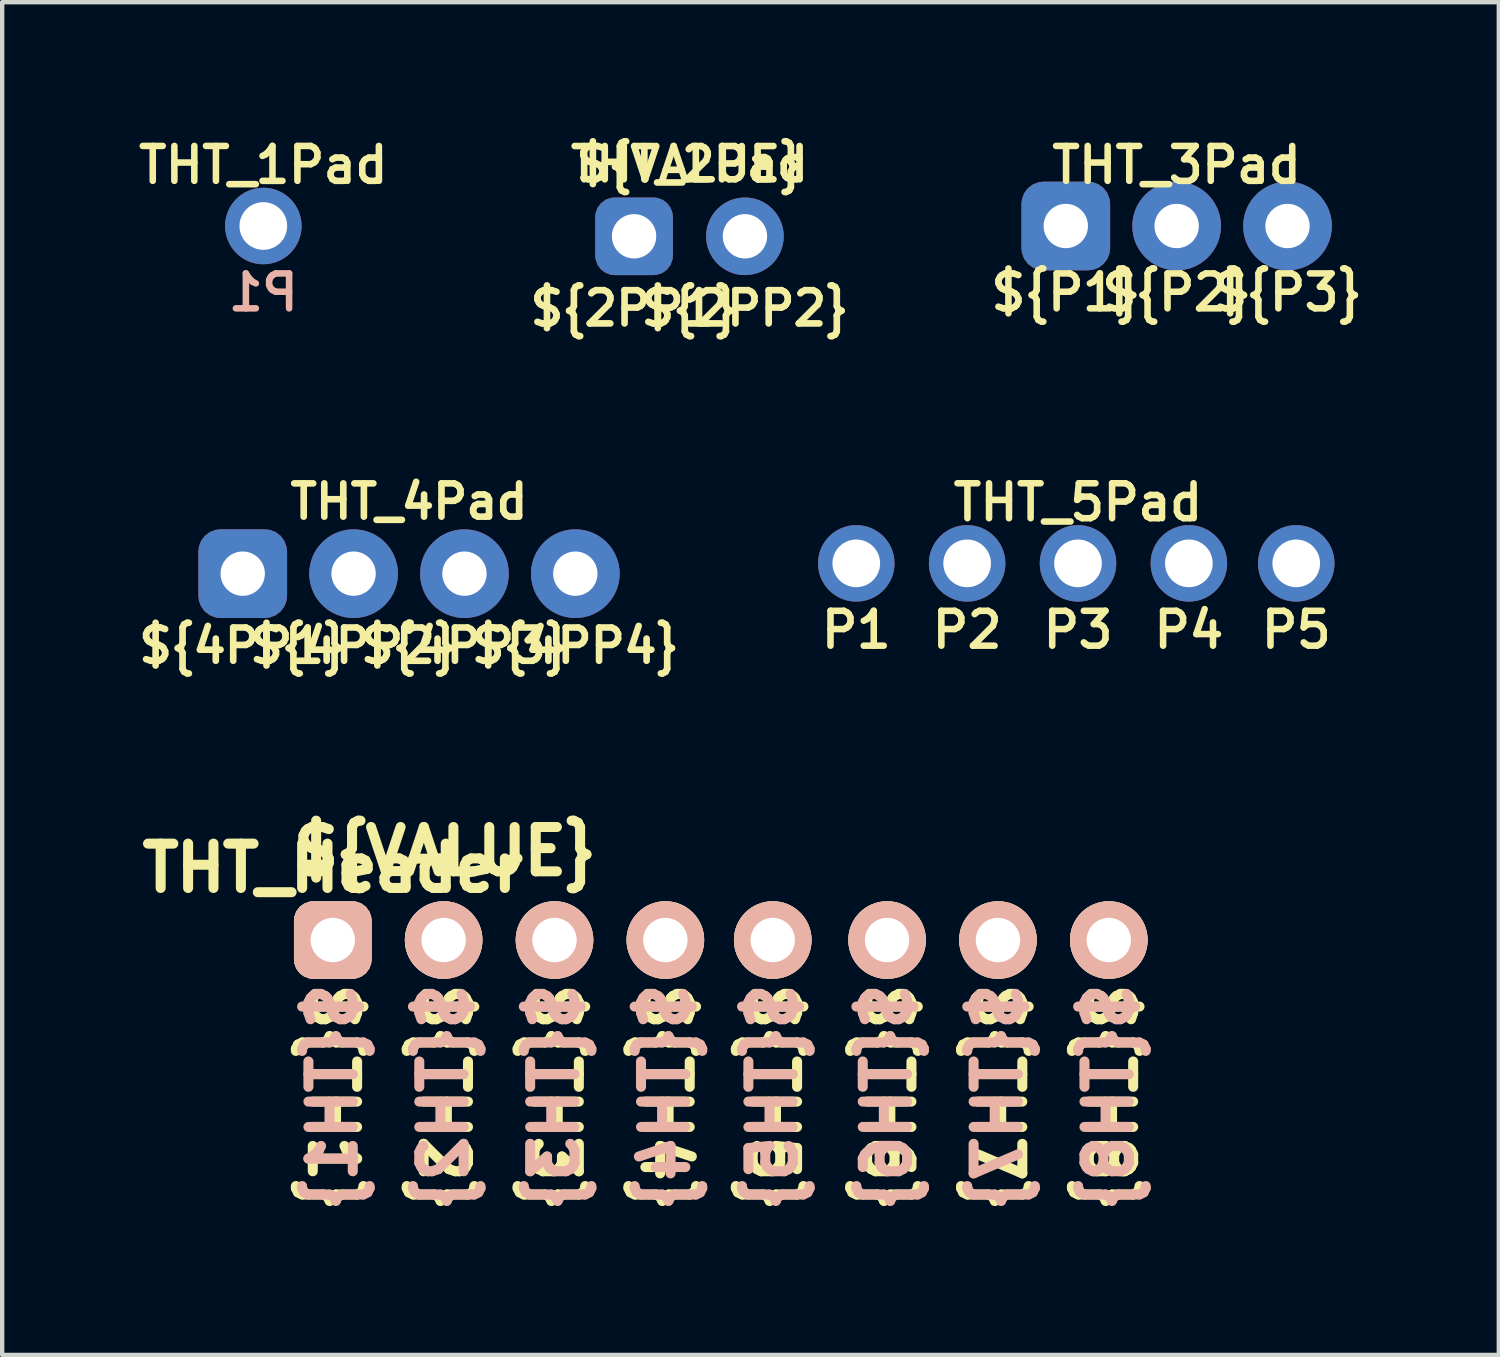
<source format=kicad_pcb>
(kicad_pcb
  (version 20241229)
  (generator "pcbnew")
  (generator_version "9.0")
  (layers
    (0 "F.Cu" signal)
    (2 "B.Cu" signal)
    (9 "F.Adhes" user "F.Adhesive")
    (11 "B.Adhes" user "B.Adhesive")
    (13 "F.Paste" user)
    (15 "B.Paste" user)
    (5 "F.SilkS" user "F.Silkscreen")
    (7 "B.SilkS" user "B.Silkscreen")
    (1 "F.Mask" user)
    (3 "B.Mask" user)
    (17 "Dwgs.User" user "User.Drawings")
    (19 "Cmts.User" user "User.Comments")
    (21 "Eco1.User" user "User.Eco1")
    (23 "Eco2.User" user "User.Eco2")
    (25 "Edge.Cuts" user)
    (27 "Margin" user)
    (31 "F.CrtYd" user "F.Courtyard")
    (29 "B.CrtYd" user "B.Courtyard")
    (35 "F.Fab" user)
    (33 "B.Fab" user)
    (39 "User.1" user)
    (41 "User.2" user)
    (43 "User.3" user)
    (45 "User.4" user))
  (footprint "THT_4Pad"
    (layer "F.Cu")
    (at 6.321 10.093)
    (property "Reference" "THT_4Pad" (at 0 -1.651 0) (layer "F.SilkS") (effects (font (size 0.762 0.762) (thickness 0.152))))
    (property "Value" "${VALUE}" (at 0 2.667 0) (layer "F.Fab") (hide yes) (effects (font (size 0.762 0.762) (thickness 0.152))))
    (attr through_hole)
    (fp_text user "${4PP2}" (at -1.27 1.651 0) (layer "F.SilkS") (effects (font (size 0.762 0.762) (thickness 0.152))))
    (fp_text user "${4PP3}" (at 1.27 1.651 0) (layer "F.SilkS") (effects (font (size 0.762 0.762) (thickness 0.152))))
    (fp_text user "${4PP1}" (at -3.81 1.651 0) (layer "F.SilkS") (effects (font (size 0.762 0.762) (thickness 0.152))))
    (fp_text user "${4PP4}" (at 3.81 1.651 0) (layer "F.SilkS") (effects (font (size 0.762 0.762) (thickness 0.152))))
    (pad "1" thru_hole roundrect (at -3.81 0) (size 2.032 2.032) (drill 1.016) (layers "*.Cu" "*.Mask") (roundrect_rratio 0.25))
    (pad "2" thru_hole circle (at -1.27 0) (size 2.032 2.032) (drill 1.016) (layers "*.Cu" "*.Mask"))
    (pad "3" thru_hole circle (at 1.27 0) (size 2.032 2.032) (drill 1.016) (layers "*.Cu" "*.Mask"))
    (pad "4" thru_hole circle (at 3.81 0) (size 2.032 2.032) (drill 1.016) (layers "*.Cu" "*.Mask")))
  (footprint "THT_1Pad"
    (layer "F.Cu")
    (at 2.983 2.128)
    (property "Reference" "THT_1Pad" (at 0 -1.397 0) (layer "F.SilkS") (effects (font (size 0.8 0.8) (thickness 0.15))))
    (attr through_hole)
    (fp_text user "P1" (at 0 1.524 0) (layer "B.SilkS") (effects (font (size 0.8 0.8) (thickness 0.15)) (justify mirror)))
    (pad "1" thru_hole circle (at 0 0) (size 1.753 1.753) (drill 1.092) (layers "*.Cu" "*.Mask")))
  (footprint "THT_5Pad"
    (layer "F.Cu")
    (at 21.648 9.857)
    (property "Reference" "THT_5Pad" (at 0 -1.397 0) (layer "F.SilkS") (effects (font (size 0.8 0.8) (thickness 0.15))))
    (property "Value" "${VALUE}" (at 0 2.667 0) (layer "F.Fab") (hide yes) (effects (font (size 0.8 0.8) (thickness 0.15))))
    (attr through_hole)
    (fp_text user "P1" (at -5.08 1.524 0) (layer "F.SilkS") (effects (font (size 0.8 0.8) (thickness 0.15))))
    (fp_text user "P3" (at 0 1.524 0) (layer "F.SilkS") (effects (font (size 0.8 0.8) (thickness 0.15))))
    (fp_text user "P5" (at 5 1.524 0) (layer "F.SilkS") (effects (font (size 0.8 0.8) (thickness 0.15))))
    (fp_text user "P4" (at 2.54 1.524 0) (layer "F.SilkS") (effects (font (size 0.8 0.8) (thickness 0.15))))
    (fp_text user "P2" (at -2.54 1.524 0) (layer "F.SilkS") (effects (font (size 0.8 0.8) (thickness 0.15))))
    (pad "1" thru_hole circle (at -5.08 0) (size 1.753 1.753) (drill 1.092) (layers "*.Cu" "*.Mask"))
    (pad "2" thru_hole circle (at -2.54 0) (size 1.753 1.753) (drill 1.092) (layers "*.Cu" "*.Mask"))
    (pad "3" thru_hole circle (at 0 0) (size 1.753 1.753) (drill 1.092) (layers "*.Cu" "*.Mask"))
    (pad "4" thru_hole circle (at 2.54 0) (size 1.753 1.753) (drill 1.092) (layers "*.Cu" "*.Mask"))
    (pad "5" thru_hole circle (at 5 0) (size 1.753 1.753) (drill 1.092) (layers "*.Cu" "*.Mask")))
  (footprint "THT_Header"
    (layer "F.Cu")
    (at 4.574 18.487)
    (property "Reference" "THT_Header" (at 0 -1.651 0) (layer "F.SilkS") (effects (font (size 1.016 1.016) (thickness 0.23))))
    (property "Value" "${VALUE}" (at 0 2.667 0) (layer "F.Fab") (hide yes) (effects (font (size 1.016 1.016) (thickness 0.23))))
    (attr through_hole)
    (fp_text user "${VALUE}" (at -1.016 -2.032 0) (unlocked yes) (layer "F.SilkS") (effects (font (size 1.016 1.016) (thickness 0.23)) (justify left)))
    (fp_text user "${TH6}" (at 12.7 0.889 270) (unlocked yes) (layer "F.SilkS") (effects (font (size 1.016 1.016) (thickness 0.23)) (justify left)))
    (fp_text user "${TH5}" (at 10.08 0.889 270) (unlocked yes) (layer "F.SilkS") (effects (font (size 1.016 1.016) (thickness 0.23)) (justify left)))
    (fp_text user "${TH8}" (at 17.78 0.889 270) (unlocked yes) (layer "F.SilkS") (effects (font (size 1.016 1.016) (thickness 0.23)) (justify left)))
    (fp_text user "${TH3}" (at 5.08 0.889 270) (unlocked yes) (layer "F.SilkS") (effects (font (size 1.016 1.016) (thickness 0.23)) (justify left)))
    (fp_text user "${TH4}" (at 7.62 0.889 270) (unlocked yes) (layer "F.SilkS") (effects (font (size 1.016 1.016) (thickness 0.23)) (justify left)))
    (fp_text user "${TH7}" (at 15.24 0.889 270) (unlocked yes) (layer "F.SilkS") (effects (font (size 1.016 1.016) (thickness 0.23)) (justify left)))
    (fp_text user "${TH1}" (at 0 0.889 270) (unlocked yes) (layer "F.SilkS") (effects (font (size 1.016 1.016) (thickness 0.23)) (justify left)))
    (fp_text user "${TH2}" (at 2.54 0.889 270) (unlocked yes) (layer "F.SilkS") (effects (font (size 1.016 1.016) (thickness 0.23)) (justify left)))
    (fp_text user "${TH7}" (at 15.24 0.889 90) (unlocked yes) (layer "B.SilkS") (effects (font (size 1.016 1.016) (thickness 0.23)) (justify left mirror)))
    (fp_text user "${TH4}" (at 7.62 0.889 90) (unlocked yes) (layer "B.SilkS") (effects (font (size 1.016 1.016) (thickness 0.23)) (justify left mirror)))
    (fp_text user "${TH2}" (at 2.54 0.889 90) (unlocked yes) (layer "B.SilkS") (effects (font (size 1.016 1.016) (thickness 0.23)) (justify left mirror)))
    (fp_text user "${TH1}" (at 0 0.889 90) (unlocked yes) (layer "B.SilkS") (effects (font (size 1.016 1.016) (thickness 0.23)) (justify left mirror)))
    (fp_text user "${TH8}" (at 17.78 0.889 90) (unlocked yes) (layer "B.SilkS") (effects (font (size 1.016 1.016) (thickness 0.23)) (justify left mirror)))
    (fp_text user "${TH3}" (at 5.08 0.889 90) (unlocked yes) (layer "B.SilkS") (effects (font (size 1.016 1.016) (thickness 0.23)) (justify left mirror)))
    (fp_text user "${TH6}" (at 12.7 0.889 90) (unlocked yes) (layer "B.SilkS") (effects (font (size 1.016 1.016) (thickness 0.23)) (justify left mirror)))
    (fp_text user "${TH5}" (at 10.08 0.889 90) (unlocked yes) (layer "B.SilkS") (effects (font (size 1.016 1.016) (thickness 0.23)) (justify left mirror)))
    (pad "1" thru_hole roundrect (at 0 0) (size 1.778 1.778) (drill 1.016) (layers "*.Cu" "*.SilkS" "*.Mask") (roundrect_rratio 0.25))
    (pad "2" thru_hole circle (at 2.54 0) (size 1.778 1.778) (drill 1.016) (layers "*.Cu" "*.SilkS" "*.Mask"))
    (pad "3" thru_hole circle (at 5.08 0) (size 1.778 1.778) (drill 1.016) (layers "*.Cu" "*.SilkS" "*.Mask"))
    (pad "4" thru_hole circle (at 7.62 0) (size 1.778 1.778) (drill 1.016) (layers "*.Cu" "*.SilkS" "*.Mask"))
    (pad "5" thru_hole circle (at 10.08 0) (size 1.778 1.778) (drill 1.016) (layers "*.Cu" "*.SilkS" "*.Mask"))
    (pad "6" thru_hole circle (at 12.7 0) (size 1.778 1.778) (drill 1.016) (layers "*.Cu" "*.SilkS" "*.Mask"))
    (pad "7" thru_hole circle (at 15.24 0) (size 1.778 1.778) (drill 1.016) (layers "*.Cu" "*.SilkS" "*.Mask"))
    (pad "8" thru_hole circle (at 17.78 0) (size 1.778 1.778) (drill 1.016) (layers "*.Cu" "*.SilkS" "*.Mask")))
  (footprint "THT_2Pad"
    (layer "F.Cu")
    (at 12.747 2.364)
    (property "Reference" "THT_2Pad" (at 0 -1.651 0) (layer "F.SilkS") (effects (font (size 0.762 0.762) (thickness 0.152))))
    (property "Value" "${VALUE}" (at 0 2.667 0) (layer "F.Fab") (hide yes) (effects (font (size 0.762 0.762) (thickness 0.152))))
    (attr through_hole)
    (fp_text user "${2PP1}" (at -1.27 1.651 0) (layer "F.SilkS") (effects (font (size 0.762 0.762) (thickness 0.152))))
    (fp_text user "${VALUE}" (at 0 -1.651 0) (layer "F.SilkS") (effects (font (size 0.762 0.762) (thickness 0.152))))
    (fp_text user "${2PP2}" (at 1.27 1.651 0) (layer "F.SilkS") (effects (font (size 0.762 0.762) (thickness 0.152))))
    (pad "1" thru_hole roundrect (at -1.27 0) (size 1.778 1.778) (drill 1.016) (layers "*.Cu" "*.Mask") (roundrect_rratio 0.25))
    (pad "2" thru_hole circle (at 1.27 0) (size 1.778 1.778) (drill 1.016) (layers "*.Cu" "*.Mask")))
  (footprint "THT_3Pad"
    (layer "F.Cu")
    (at 23.908 2.128)
    (property "Reference" "THT_3Pad" (at 0 -1.397 0) (layer "F.SilkS") (effects (font (size 0.8 0.8) (thickness 0.15))))
    (property "Value" "${VALUE}" (at 0 2.667 0) (layer "F.Fab") (hide yes) (effects (font (size 0.8 0.8) (thickness 0.15))))
    (attr through_hole)
    (fp_text user "${P2}" (at 0 1.524 0) (layer "F.SilkS") (effects (font (size 0.8 0.8) (thickness 0.15))))
    (fp_text user "${P3}" (at 2.54 1.524 0) (layer "F.SilkS") (effects (font (size 0.8 0.8) (thickness 0.15))))
    (fp_text user "${P1}" (at -2.54 1.524 0) (layer "F.SilkS") (effects (font (size 0.8 0.8) (thickness 0.15))))
    (pad "1" thru_hole roundrect (at -2.54 0) (size 2.032 2.032) (drill 1.016) (layers "*.Cu" "*.Mask") (roundrect_rratio 0.25))
    (pad "2" thru_hole circle (at 0 0) (size 2.032 2.032) (drill 1.016) (layers "*.Cu" "*.Mask"))
    (pad "3" thru_hole circle (at 2.54 0) (size 2.032 2.032) (drill 1.016) (layers "*.Cu" "*.Mask")))
  (gr_rect
    (start -3 -3)
    (end 31.289 27.992)
    (stroke (width 0.1) (type default))
    (fill no)
    (layer "Edge.Cuts")))
</source>
